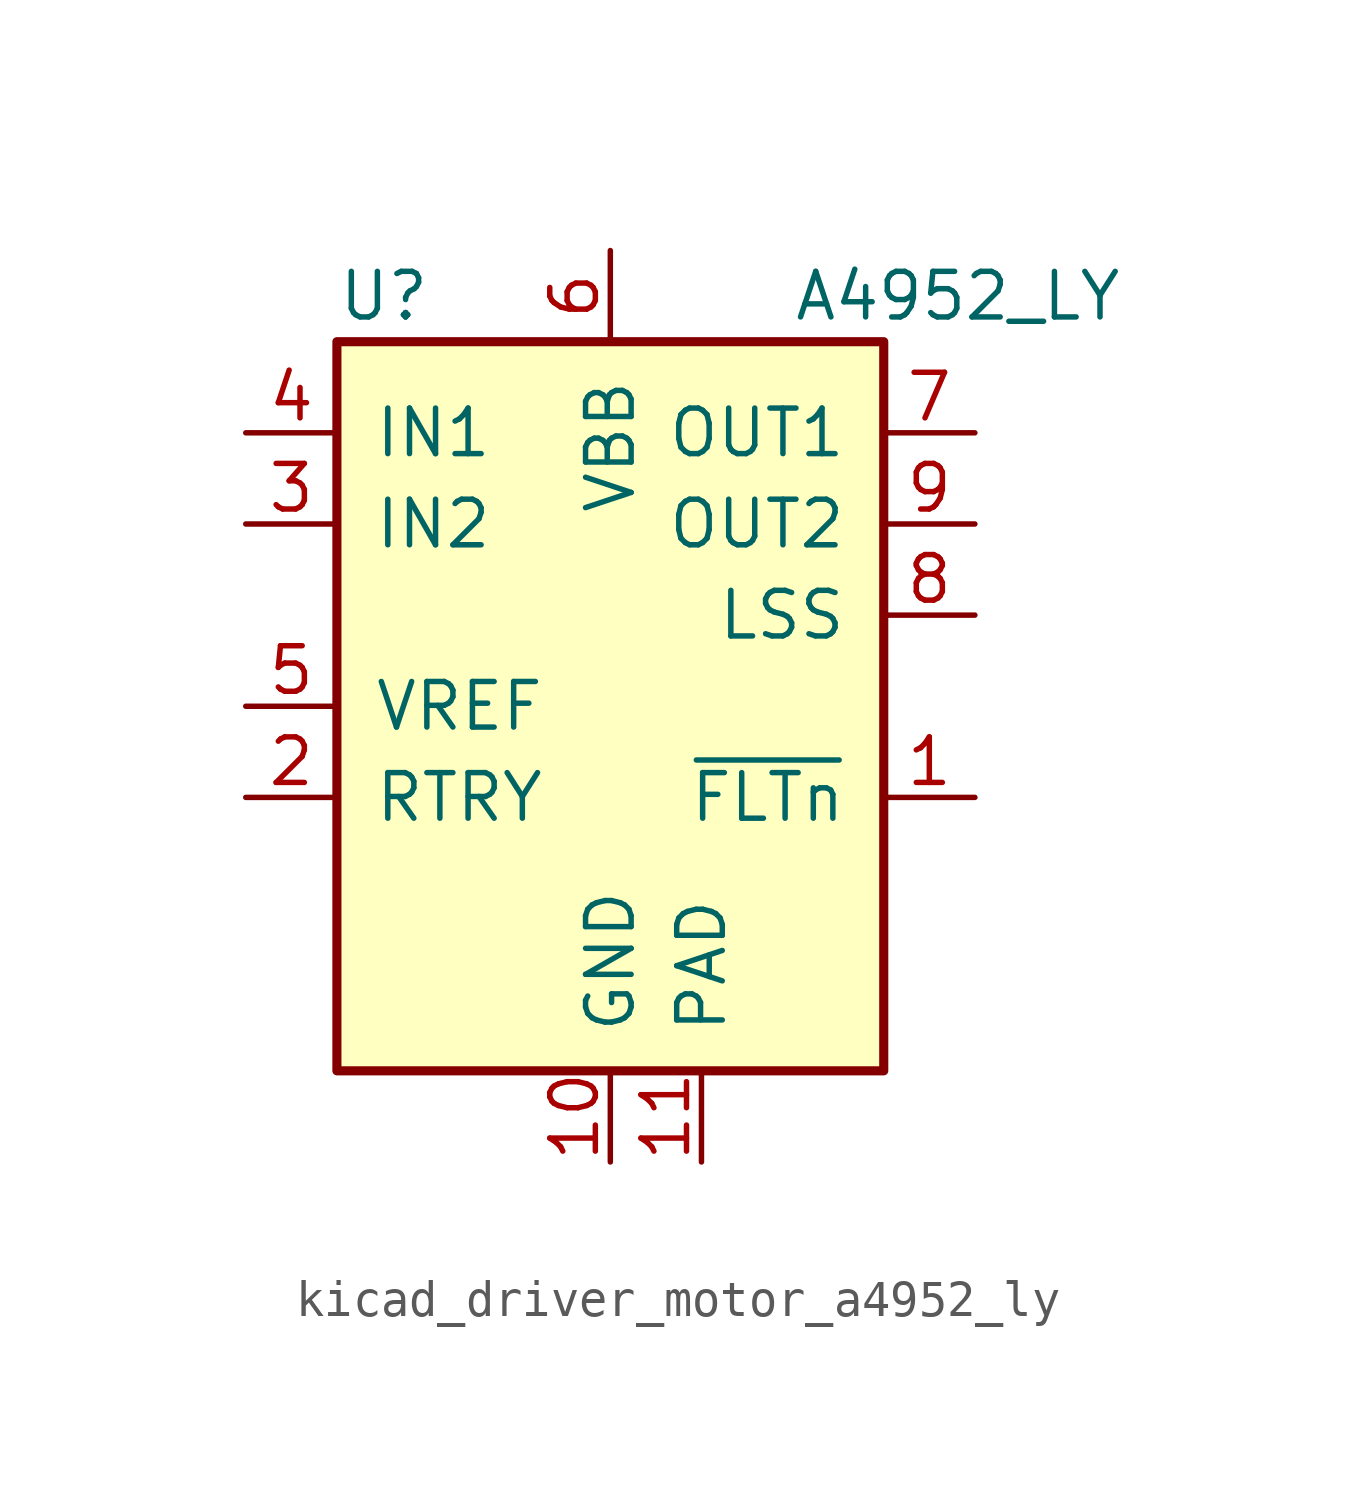
<source format=kicad_sym>
(kicad_symbol_lib
  (version 20220914)
  (generator kicad_symbol_editor)
  (symbol "kicad_driver_motor_a4952_ly"
    (pin_names
      (offset 1.016))
    (property "Reference" "U"
      (at -7.62 11.43 0)
      (effects (font (size 1.27 1.27)) (justify left)))
    (property "Value" "A4952_LY"
      (at 5.08 11.43 0)
      (effects (font (size 1.27 1.27)) (justify left)))
    (symbol "kicad_driver_motor_a4952_ly_0_1"
      (rectangle (start -7.62 10.16) (end 7.62 -10.16) (stroke (width 0.254) (type default)) (fill (type background))))
    (symbol "kicad_driver_motor_a4952_ly_1_1"
      (pin output line (at 10.16 -2.54 180) (length 2.54) (name "~{FLTn}" (effects (font (size 1.27 1.27)))) (number "1" (effects (font (size 1.27 1.27)))))
      (pin power_in line (at 0 -12.7 90) (length 2.54) (name "GND" (effects (font (size 1.27 1.27)))) (number "10" (effects (font (size 1.27 1.27)))))
      (pin power_in line (at 2.54 -12.7 90) (length 2.54) (name "PAD" (effects (font (size 1.27 1.27)))) (number "11" (effects (font (size 1.27 1.27)))))
      (pin input line (at -10.16 -2.54 0) (length 2.54) (name "RTRY" (effects (font (size 1.27 1.27)))) (number "2" (effects (font (size 1.27 1.27)))))
      (pin input line (at -10.16 5.08 0) (length 2.54) (name "IN2" (effects (font (size 1.27 1.27)))) (number "3" (effects (font (size 1.27 1.27)))))
      (pin input line (at -10.16 7.62 0) (length 2.54) (name "IN1" (effects (font (size 1.27 1.27)))) (number "4" (effects (font (size 1.27 1.27)))))
      (pin passive line (at -10.16 0 0) (length 2.54) (name "VREF" (effects (font (size 1.27 1.27)))) (number "5" (effects (font (size 1.27 1.27)))))
      (pin power_in line (at 0 12.7 270) (length 2.54) (name "VBB" (effects (font (size 1.27 1.27)))) (number "6" (effects (font (size 1.27 1.27)))))
      (pin power_out line (at 10.16 7.62 180) (length 2.54) (name "OUT1" (effects (font (size 1.27 1.27)))) (number "7" (effects (font (size 1.27 1.27)))))
      (pin power_in line (at 10.16 2.54 180) (length 2.54) (name "LSS" (effects (font (size 1.27 1.27)))) (number "8" (effects (font (size 1.27 1.27)))))
      (pin power_out line (at 10.16 5.08 180) (length 2.54) (name "OUT2" (effects (font (size 1.27 1.27)))) (number "9" (effects (font (size 1.27 1.27))))))))
</source>
